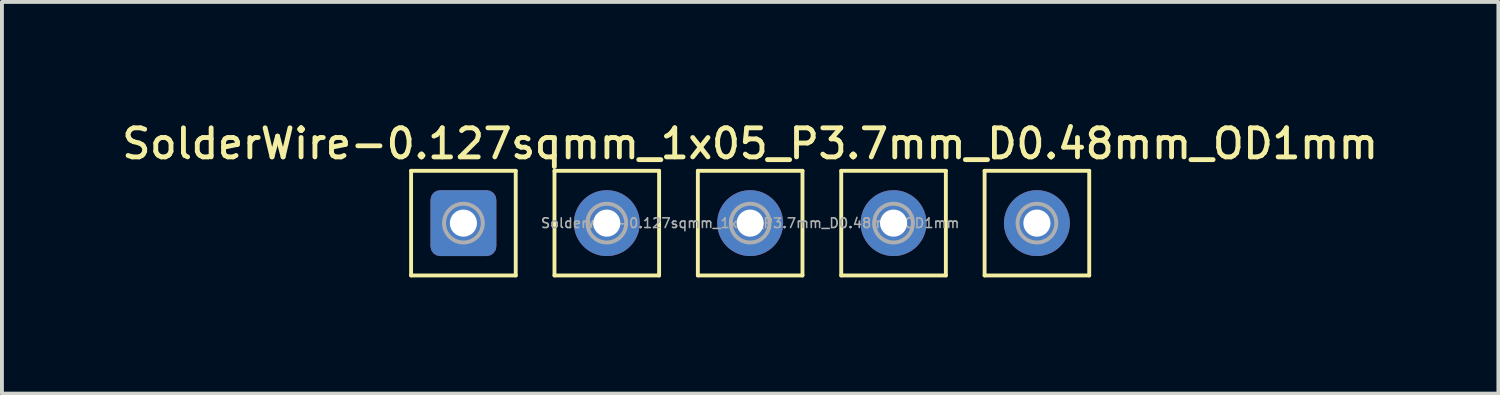
<source format=kicad_pcb>
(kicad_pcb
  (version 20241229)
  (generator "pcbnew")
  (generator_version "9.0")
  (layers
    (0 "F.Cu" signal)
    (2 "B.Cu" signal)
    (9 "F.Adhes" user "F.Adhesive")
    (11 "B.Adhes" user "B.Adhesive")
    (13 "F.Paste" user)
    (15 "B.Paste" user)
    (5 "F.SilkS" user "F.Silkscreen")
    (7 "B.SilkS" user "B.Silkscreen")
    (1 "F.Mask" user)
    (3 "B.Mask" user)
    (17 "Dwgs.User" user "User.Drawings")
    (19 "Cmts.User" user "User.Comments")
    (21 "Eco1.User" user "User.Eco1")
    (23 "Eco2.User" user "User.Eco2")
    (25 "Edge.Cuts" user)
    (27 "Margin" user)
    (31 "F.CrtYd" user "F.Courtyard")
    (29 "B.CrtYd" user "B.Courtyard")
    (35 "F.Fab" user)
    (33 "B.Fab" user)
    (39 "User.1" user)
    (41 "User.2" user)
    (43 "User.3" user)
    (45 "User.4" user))
  (footprint "SolderWire-0.127sqmm_1x05_P3.7mm_D0.48mm_OD1mm"
    (layer "F.Cu")
    (at 8.909 2.708)
    (property "Reference" "SolderWire-0.127sqmm_1x05_P3.7mm_D0.48mm_OD1mm" (at 7.4 -2.05 0) (layer "F.SilkS") (effects (font (size 0.75 0.75) (thickness 0.125))))
    (attr exclude_from_pos_files exclude_from_bom)
    (fp_line (start -1.35 -1.35) (end -1.35 1.35) (stroke (width 0.1) (type solid)) (layer "F.SilkS"))
    (fp_line (start -1.35 1.35) (end 1.35 1.35) (stroke (width 0.1) (type solid)) (layer "F.SilkS"))
    (fp_line (start 1.35 -1.35) (end -1.35 -1.35) (stroke (width 0.1) (type solid)) (layer "F.SilkS"))
    (fp_line (start 1.35 1.35) (end 1.35 -1.35) (stroke (width 0.1) (type solid)) (layer "F.SilkS"))
    (fp_line (start 2.35 -1.35) (end 2.35 1.35) (stroke (width 0.1) (type solid)) (layer "F.SilkS"))
    (fp_line (start 2.35 1.35) (end 5.05 1.35) (stroke (width 0.1) (type solid)) (layer "F.SilkS"))
    (fp_line (start 5.05 -1.35) (end 2.35 -1.35) (stroke (width 0.1) (type solid)) (layer "F.SilkS"))
    (fp_line (start 5.05 1.35) (end 5.05 -1.35) (stroke (width 0.1) (type solid)) (layer "F.SilkS"))
    (fp_line (start 6.05 -1.35) (end 6.05 1.35) (stroke (width 0.1) (type solid)) (layer "F.SilkS"))
    (fp_line (start 6.05 1.35) (end 8.75 1.35) (stroke (width 0.1) (type solid)) (layer "F.SilkS"))
    (fp_line (start 8.75 -1.35) (end 6.05 -1.35) (stroke (width 0.1) (type solid)) (layer "F.SilkS"))
    (fp_line (start 8.75 1.35) (end 8.75 -1.35) (stroke (width 0.1) (type solid)) (layer "F.SilkS"))
    (fp_line (start 9.75 -1.35) (end 9.75 1.35) (stroke (width 0.1) (type solid)) (layer "F.SilkS"))
    (fp_line (start 9.75 1.35) (end 12.45 1.35) (stroke (width 0.1) (type solid)) (layer "F.SilkS"))
    (fp_line (start 12.45 -1.35) (end 9.75 -1.35) (stroke (width 0.1) (type solid)) (layer "F.SilkS"))
    (fp_line (start 12.45 1.35) (end 12.45 -1.35) (stroke (width 0.1) (type solid)) (layer "F.SilkS"))
    (fp_line (start 13.45 -1.35) (end 13.45 1.35) (stroke (width 0.1) (type solid)) (layer "F.SilkS"))
    (fp_line (start 13.45 1.35) (end 16.15 1.35) (stroke (width 0.1) (type solid)) (layer "F.SilkS"))
    (fp_line (start 16.15 -1.35) (end 13.45 -1.35) (stroke (width 0.1) (type solid)) (layer "F.SilkS"))
    (fp_line (start 16.15 1.35) (end 16.15 -1.35) (stroke (width 0.1) (type solid)) (layer "F.SilkS"))
    (fp_circle (center 0 0) (end 0.5 0) (stroke (width 0.1) (type solid)) (fill no) (layer "F.Fab"))
    (fp_circle (center 3.7 0) (end 4.2 0) (stroke (width 0.1) (type solid)) (fill no) (layer "F.Fab"))
    (fp_circle (center 7.4 0) (end 7.9 0) (stroke (width 0.1) (type solid)) (fill no) (layer "F.Fab"))
    (fp_circle (center 11.1 0) (end 11.6 0) (stroke (width 0.1) (type solid)) (fill no) (layer "F.Fab"))
    (fp_circle (center 14.8 0) (end 15.3 0) (stroke (width 0.1) (type solid)) (fill no) (layer "F.Fab"))
    (fp_text user "${REFERENCE}" (at 7.4 0 0) (layer "F.Fab") (effects (font (size 0.25 0.25) (thickness 0.04))))
    (pad "1" thru_hole roundrect (at 0 0) (size 1.7 1.7) (drill 0.7) (layers "*.Cu" "*.Mask") (roundrect_rratio 0.147))
    (pad "2" thru_hole circle (at 3.7 0) (size 1.7 1.7) (drill 0.7) (layers "*.Cu" "*.Mask"))
    (pad "3" thru_hole circle (at 7.4 0) (size 1.7 1.7) (drill 0.7) (layers "*.Cu" "*.Mask"))
    (pad "4" thru_hole circle (at 11.1 0) (size 1.7 1.7) (drill 0.7) (layers "*.Cu" "*.Mask"))
    (pad "5" thru_hole circle (at 14.8 0) (size 1.7 1.7) (drill 0.7) (layers "*.Cu" "*.Mask")))
  (gr_rect
    (start -3 -3)
    (end 35.618 7.108)
    (stroke (width 0.1) (type default))
    (fill no)
    (layer "Edge.Cuts")))
</source>
